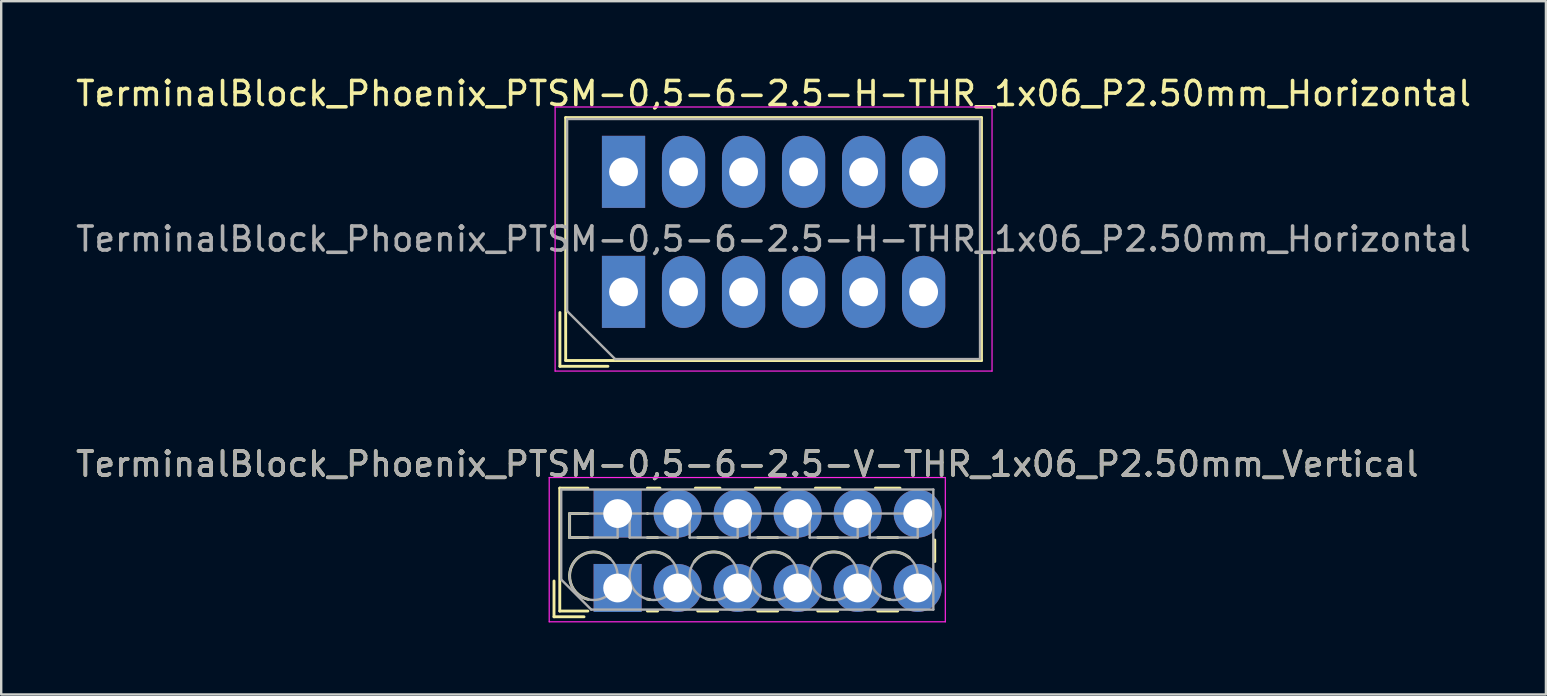
<source format=kicad_pcb>
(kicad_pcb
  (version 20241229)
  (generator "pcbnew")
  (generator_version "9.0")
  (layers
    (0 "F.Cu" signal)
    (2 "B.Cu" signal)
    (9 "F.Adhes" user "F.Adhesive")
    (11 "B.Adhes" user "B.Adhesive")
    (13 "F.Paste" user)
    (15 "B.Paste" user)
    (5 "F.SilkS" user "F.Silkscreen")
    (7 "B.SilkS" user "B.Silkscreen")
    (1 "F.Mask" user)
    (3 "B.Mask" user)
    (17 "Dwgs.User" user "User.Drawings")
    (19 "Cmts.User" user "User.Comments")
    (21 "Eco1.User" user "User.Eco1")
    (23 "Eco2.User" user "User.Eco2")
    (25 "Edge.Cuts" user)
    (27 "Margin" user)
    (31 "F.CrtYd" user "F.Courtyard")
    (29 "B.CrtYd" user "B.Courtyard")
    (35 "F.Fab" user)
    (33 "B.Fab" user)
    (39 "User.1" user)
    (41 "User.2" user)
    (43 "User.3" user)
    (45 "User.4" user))
  (footprint "TerminalBlock_Phoenix_PTSM-0,5-6-2.5-H-THR_1x06_P2.50mm_Horizontal"
    (layer "F.Cu")
    (at 22.923 9.108)
    (property "Reference" "TerminalBlock_Phoenix_PTSM-0,5-6-2.5-H-THR_1x06_P2.50mm_Horizontal" (at 6.25 -8.26 0) (layer "F.SilkS") (effects (font (size 1 1) (thickness 0.15))))
    (attr through_hole)
    (fp_line (start -2.65 0.86) (end -2.65 3.1) (stroke (width 0.12) (type solid)) (layer "F.SilkS"))
    (fp_line (start -2.65 3.1) (end -0.65 3.1) (stroke (width 0.12) (type solid)) (layer "F.SilkS"))
    (fp_line (start -2.41 -7.26) (end -2.41 2.86) (stroke (width 0.12) (type solid)) (layer "F.SilkS"))
    (fp_line (start -2.41 -7.26) (end 14.91 -7.26) (stroke (width 0.12) (type solid)) (layer "F.SilkS"))
    (fp_line (start -2.41 2.86) (end 14.91 2.86) (stroke (width 0.12) (type solid)) (layer "F.SilkS"))
    (fp_line (start 14.91 -7.26) (end 14.91 2.86) (stroke (width 0.12) (type solid)) (layer "F.SilkS"))
    (fp_line (start -2.85 -7.7) (end -2.85 3.3) (stroke (width 0.05) (type solid)) (layer "F.CrtYd"))
    (fp_line (start -2.85 3.3) (end 15.35 3.3) (stroke (width 0.05) (type solid)) (layer "F.CrtYd"))
    (fp_line (start 15.35 -7.7) (end -2.85 -7.7) (stroke (width 0.05) (type solid)) (layer "F.CrtYd"))
    (fp_line (start 15.35 3.3) (end 15.35 -7.7) (stroke (width 0.05) (type solid)) (layer "F.CrtYd"))
    (fp_line (start -2.35 -7.2) (end 14.85 -7.2) (stroke (width 0.1) (type solid)) (layer "F.Fab"))
    (fp_line (start -2.35 0.8) (end -2.35 -7.2) (stroke (width 0.1) (type solid)) (layer "F.Fab"))
    (fp_line (start -0.35 2.8) (end -2.35 0.8) (stroke (width 0.1) (type solid)) (layer "F.Fab"))
    (fp_line (start 14.85 -7.2) (end 14.85 2.8) (stroke (width 0.1) (type solid)) (layer "F.Fab"))
    (fp_line (start 14.85 2.8) (end -0.35 2.8) (stroke (width 0.1) (type solid)) (layer "F.Fab"))
    (fp_text user "${REFERENCE}" (at 6.25 -2.2 0) (layer "F.Fab") (effects (font (size 1 1) (thickness 0.15))))
    (pad "1" thru_hole rect (at 0 -5) (size 1.8 3) (drill 1.2) (layers "*.Cu" "*.Mask"))
    (pad "1" thru_hole rect (at 0 0) (size 1.8 3) (drill 1.2) (layers "*.Cu" "*.Mask"))
    (pad "2" thru_hole oval (at 2.5 -5) (size 1.8 3) (drill 1.2) (layers "*.Cu" "*.Mask"))
    (pad "2" thru_hole oval (at 2.5 0) (size 1.8 3) (drill 1.2) (layers "*.Cu" "*.Mask"))
    (pad "3" thru_hole oval (at 5 -5) (size 1.8 3) (drill 1.2) (layers "*.Cu" "*.Mask"))
    (pad "3" thru_hole oval (at 5 0) (size 1.8 3) (drill 1.2) (layers "*.Cu" "*.Mask"))
    (pad "4" thru_hole oval (at 7.5 -5) (size 1.8 3) (drill 1.2) (layers "*.Cu" "*.Mask"))
    (pad "4" thru_hole oval (at 7.5 0) (size 1.8 3) (drill 1.2) (layers "*.Cu" "*.Mask"))
    (pad "5" thru_hole oval (at 10 -5) (size 1.8 3) (drill 1.2) (layers "*.Cu" "*.Mask"))
    (pad "5" thru_hole oval (at 10 0) (size 1.8 3) (drill 1.2) (layers "*.Cu" "*.Mask"))
    (pad "6" thru_hole oval (at 12.5 -5) (size 1.8 3) (drill 1.2) (layers "*.Cu" "*.Mask"))
    (pad "6" thru_hole oval (at 12.5 0) (size 1.8 3) (drill 1.2) (layers "*.Cu" "*.Mask")))
  (footprint "TerminalBlock_Phoenix_PTSM-0,5-6-2.5-V-THR_1x06_P2.50mm_Vertical"
    (layer "F.Cu")
    (at 22.677 21.442)
    (property "Reference" "TerminalBlock_Phoenix_PTSM-0,5-6-2.5-V-THR_1x06_P2.50mm_Vertical" (at 5.4 -5.16 0) (layer "F.SilkS") (effects (font (size 1 1) (thickness 0.15))))
    (attr through_hole)
    (fp_line (start -2.65 -0.29) (end -2.65 1.2) (stroke (width 0.12) (type solid)) (layer "F.SilkS"))
    (fp_line (start -2.65 1.2) (end -1.4 1.2) (stroke (width 0.12) (type solid)) (layer "F.SilkS"))
    (fp_line (start -2.41 -4.16) (end -2.41 0.961) (stroke (width 0.12) (type solid)) (layer "F.SilkS"))
    (fp_line (start -2.41 -4.16) (end -1.24 -4.16) (stroke (width 0.12) (type solid)) (layer "F.SilkS"))
    (fp_line (start -2.41 0.961) (end -1.24 0.961) (stroke (width 0.12) (type solid)) (layer "F.SilkS"))
    (fp_line (start -2 -3.1) (end -2 -2.1) (stroke (width 0.12) (type solid)) (layer "F.SilkS"))
    (fp_line (start -2 -3.1) (end -1.24 -3.1) (stroke (width 0.12) (type solid)) (layer "F.SilkS"))
    (fp_line (start -2 -2.1) (end -1.24 -2.1) (stroke (width 0.12) (type solid)) (layer "F.SilkS"))
    (fp_line (start 1.24 -4.16) (end 1.763 -4.16) (stroke (width 0.12) (type solid)) (layer "F.SilkS"))
    (fp_line (start 1.24 -3.1) (end 1.245 -3.1) (stroke (width 0.12) (type solid)) (layer "F.SilkS"))
    (fp_line (start 1.24 -2.1) (end 1.665 -2.1) (stroke (width 0.12) (type solid)) (layer "F.SilkS"))
    (fp_line (start 1.24 0.961) (end 1.665 0.961) (stroke (width 0.12) (type solid)) (layer "F.SilkS"))
    (fp_line (start 3.238 -4.16) (end 4.263 -4.16) (stroke (width 0.12) (type solid)) (layer "F.SilkS"))
    (fp_line (start 3.336 -2.1) (end 4.165 -2.1) (stroke (width 0.12) (type solid)) (layer "F.SilkS"))
    (fp_line (start 3.336 0.961) (end 4.165 0.961) (stroke (width 0.12) (type solid)) (layer "F.SilkS"))
    (fp_line (start 5.738 -4.16) (end 6.763 -4.16) (stroke (width 0.12) (type solid)) (layer "F.SilkS"))
    (fp_line (start 5.836 -2.1) (end 6.665 -2.1) (stroke (width 0.12) (type solid)) (layer "F.SilkS"))
    (fp_line (start 5.836 0.961) (end 6.665 0.961) (stroke (width 0.12) (type solid)) (layer "F.SilkS"))
    (fp_line (start 8.238 -4.16) (end 9.263 -4.16) (stroke (width 0.12) (type solid)) (layer "F.SilkS"))
    (fp_line (start 8.336 -2.1) (end 9.165 -2.1) (stroke (width 0.12) (type solid)) (layer "F.SilkS"))
    (fp_line (start 8.336 0.961) (end 9.165 0.961) (stroke (width 0.12) (type solid)) (layer "F.SilkS"))
    (fp_line (start 10.738 -4.16) (end 11.763 -4.16) (stroke (width 0.12) (type solid)) (layer "F.SilkS"))
    (fp_line (start 10.836 -2.1) (end 11.665 -2.1) (stroke (width 0.12) (type solid)) (layer "F.SilkS"))
    (fp_line (start 10.836 0.961) (end 11.665 0.961) (stroke (width 0.12) (type solid)) (layer "F.SilkS"))
    (fp_line (start 13.21 -2) (end 13.21 -1.1) (stroke (width 0.12) (type solid)) (layer "F.SilkS"))
    (fp_arc (start -1.224629 0.474931) (mid -1.883573 -0.969306) (end -0.318 -1.232) (stroke (width 0.12) (type solid)) (layer "F.SilkS"))
    (fp_arc (start 0.817811 -1.23232) (mid 1.483053 -1.500693) (end 2.157 -1.255) (stroke (width 0.12) (type solid)) (layer "F.SilkS"))
    (fp_arc (start 1.344288 0.488343) (mid 1.284242 0.476994) (end 1.225 0.462) (stroke (width 0.12) (type solid)) (layer "F.SilkS"))
    (fp_arc (start 3.190612 -1.088697) (mid 3.887218 -1.494461) (end 4.657 -1.255) (stroke (width 0.12) (type solid)) (layer "F.SilkS"))
    (fp_arc (start 3.84373 0.488618) (mid 3.766646 0.47331) (end 3.691 0.452) (stroke (width 0.12) (type solid)) (layer "F.SilkS"))
    (fp_arc (start 5.690612 -1.088697) (mid 6.387218 -1.494461) (end 7.157 -1.255) (stroke (width 0.12) (type solid)) (layer "F.SilkS"))
    (fp_arc (start 6.34373 0.488618) (mid 6.266646 0.47331) (end 6.191 0.452) (stroke (width 0.12) (type solid)) (layer "F.SilkS"))
    (fp_arc (start 8.190612 -1.088697) (mid 8.887218 -1.494461) (end 9.657 -1.255) (stroke (width 0.12) (type solid)) (layer "F.SilkS"))
    (fp_arc (start 8.84373 0.488618) (mid 8.766646 0.47331) (end 8.691 0.452) (stroke (width 0.12) (type solid)) (layer "F.SilkS"))
    (fp_arc (start 10.690612 -1.088697) (mid 11.387218 -1.494461) (end 12.157 -1.255) (stroke (width 0.12) (type solid)) (layer "F.SilkS"))
    (fp_arc (start 11.34373 0.488618) (mid 11.266646 0.47331) (end 11.191 0.452) (stroke (width 0.12) (type solid)) (layer "F.SilkS"))
    (fp_line (start -2.85 -4.6) (end -2.85 1.41) (stroke (width 0.05) (type solid)) (layer "F.CrtYd"))
    (fp_line (start -2.85 1.41) (end 13.65 1.41) (stroke (width 0.05) (type solid)) (layer "F.CrtYd"))
    (fp_line (start 13.65 -4.6) (end -2.85 -4.6) (stroke (width 0.05) (type solid)) (layer "F.CrtYd"))
    (fp_line (start 13.65 1.41) (end 13.65 -4.6) (stroke (width 0.05) (type solid)) (layer "F.CrtYd"))
    (fp_line (start -2.35 -4.1) (end 13.15 -4.1) (stroke (width 0.1) (type solid)) (layer "F.Fab"))
    (fp_line (start -2.35 -0.35) (end -2.35 -4.1) (stroke (width 0.1) (type solid)) (layer "F.Fab"))
    (fp_line (start -2 -3.1) (end -2 -2.1) (stroke (width 0.1) (type solid)) (layer "F.Fab"))
    (fp_line (start -2 -2.1) (end 0 -2.1) (stroke (width 0.1) (type solid)) (layer "F.Fab"))
    (fp_line (start -1.1 0.9) (end -2.35 -0.35) (stroke (width 0.1) (type solid)) (layer "F.Fab"))
    (fp_line (start 0 -3.1) (end -2 -3.1) (stroke (width 0.1) (type solid)) (layer "F.Fab"))
    (fp_line (start 0 -2.1) (end 0 -3.1) (stroke (width 0.1) (type solid)) (layer "F.Fab"))
    (fp_line (start 0.5 -3.1) (end 0.5 -2.1) (stroke (width 0.1) (type solid)) (layer "F.Fab"))
    (fp_line (start 0.5 -2.1) (end 2.5 -2.1) (stroke (width 0.1) (type solid)) (layer "F.Fab"))
    (fp_line (start 2.5 -3.1) (end 0.5 -3.1) (stroke (width 0.1) (type solid)) (layer "F.Fab"))
    (fp_line (start 2.5 -2.1) (end 2.5 -3.1) (stroke (width 0.1) (type solid)) (layer "F.Fab"))
    (fp_line (start 3 -3.1) (end 3 -2.1) (stroke (width 0.1) (type solid)) (layer "F.Fab"))
    (fp_line (start 3 -2.1) (end 5 -2.1) (stroke (width 0.1) (type solid)) (layer "F.Fab"))
    (fp_line (start 5 -3.1) (end 3 -3.1) (stroke (width 0.1) (type solid)) (layer "F.Fab"))
    (fp_line (start 5 -2.1) (end 5 -3.1) (stroke (width 0.1) (type solid)) (layer "F.Fab"))
    (fp_line (start 5.5 -3.1) (end 5.5 -2.1) (stroke (width 0.1) (type solid)) (layer "F.Fab"))
    (fp_line (start 5.5 -2.1) (end 7.5 -2.1) (stroke (width 0.1) (type solid)) (layer "F.Fab"))
    (fp_line (start 7.5 -3.1) (end 5.5 -3.1) (stroke (width 0.1) (type solid)) (layer "F.Fab"))
    (fp_line (start 7.5 -2.1) (end 7.5 -3.1) (stroke (width 0.1) (type solid)) (layer "F.Fab"))
    (fp_line (start 8 -3.1) (end 8 -2.1) (stroke (width 0.1) (type solid)) (layer "F.Fab"))
    (fp_line (start 8 -2.1) (end 10 -2.1) (stroke (width 0.1) (type solid)) (layer "F.Fab"))
    (fp_line (start 10 -3.1) (end 8 -3.1) (stroke (width 0.1) (type solid)) (layer "F.Fab"))
    (fp_line (start 10 -2.1) (end 10 -3.1) (stroke (width 0.1) (type solid)) (layer "F.Fab"))
    (fp_line (start 10.5 -3.1) (end 10.5 -2.1) (stroke (width 0.1) (type solid)) (layer "F.Fab"))
    (fp_line (start 10.5 -2.1) (end 12.5 -2.1) (stroke (width 0.1) (type solid)) (layer "F.Fab"))
    (fp_line (start 12.5 -3.1) (end 10.5 -3.1) (stroke (width 0.1) (type solid)) (layer "F.Fab"))
    (fp_line (start 12.5 -2.1) (end 12.5 -3.1) (stroke (width 0.1) (type solid)) (layer "F.Fab"))
    (fp_line (start 13.15 -4.1) (end 13.15 0.9) (stroke (width 0.1) (type solid)) (layer "F.Fab"))
    (fp_line (start 13.15 0.9) (end -1.1 0.9) (stroke (width 0.1) (type solid)) (layer "F.Fab"))
    (fp_circle (center -1 -0.5) (end 0 -0.5) (stroke (width 0.1) (type solid)) (fill no) (layer "F.Fab"))
    (fp_circle (center 1.5 -0.5) (end 2.5 -0.5) (stroke (width 0.1) (type solid)) (fill no) (layer "F.Fab"))
    (fp_circle (center 4 -0.5) (end 5 -0.5) (stroke (width 0.1) (type solid)) (fill no) (layer "F.Fab"))
    (fp_circle (center 6.5 -0.5) (end 7.5 -0.5) (stroke (width 0.1) (type solid)) (fill no) (layer "F.Fab"))
    (fp_circle (center 9 -0.5) (end 10 -0.5) (stroke (width 0.1) (type solid)) (fill no) (layer "F.Fab"))
    (fp_circle (center 11.5 -0.5) (end 12.5 -0.5) (stroke (width 0.1) (type solid)) (fill no) (layer "F.Fab"))
    (fp_text user "${REFERENCE}" (at 5.4 -5.16 0) (layer "F.Fab") (effects (font (size 1 1) (thickness 0.15))))
    (pad "1" thru_hole rect (at 0 -3.1) (size 2 2) (drill 1.2) (layers "*.Cu" "*.Mask"))
    (pad "1" thru_hole rect (at 0 0) (size 2 2) (drill 1.2) (layers "*.Cu" "*.Mask"))
    (pad "2" thru_hole circle (at 2.5 -3.1) (size 2 2) (drill 1.2) (layers "*.Cu" "*.Mask"))
    (pad "2" thru_hole circle (at 2.5 0) (size 2 2) (drill 1.2) (layers "*.Cu" "*.Mask"))
    (pad "3" thru_hole circle (at 5 -3.1) (size 2 2) (drill 1.2) (layers "*.Cu" "*.Mask"))
    (pad "3" thru_hole circle (at 5 0) (size 2 2) (drill 1.2) (layers "*.Cu" "*.Mask"))
    (pad "4" thru_hole circle (at 7.5 -3.1) (size 2 2) (drill 1.2) (layers "*.Cu" "*.Mask"))
    (pad "4" thru_hole circle (at 7.5 0) (size 2 2) (drill 1.2) (layers "*.Cu" "*.Mask"))
    (pad "5" thru_hole circle (at 10 -3.1) (size 2 2) (drill 1.2) (layers "*.Cu" "*.Mask"))
    (pad "5" thru_hole circle (at 10 0) (size 2 2) (drill 1.2) (layers "*.Cu" "*.Mask"))
    (pad "6" thru_hole circle (at 12.5 -3.1) (size 2 2) (drill 1.2) (layers "*.Cu" "*.Mask"))
    (pad "6" thru_hole circle (at 12.5 0) (size 2 2) (drill 1.2) (layers "*.Cu" "*.Mask")))
  (gr_rect
    (start -3 -3)
    (end 61.345 25.877)
    (stroke (width 0.1) (type default))
    (fill no)
    (layer "Edge.Cuts")))
</source>
